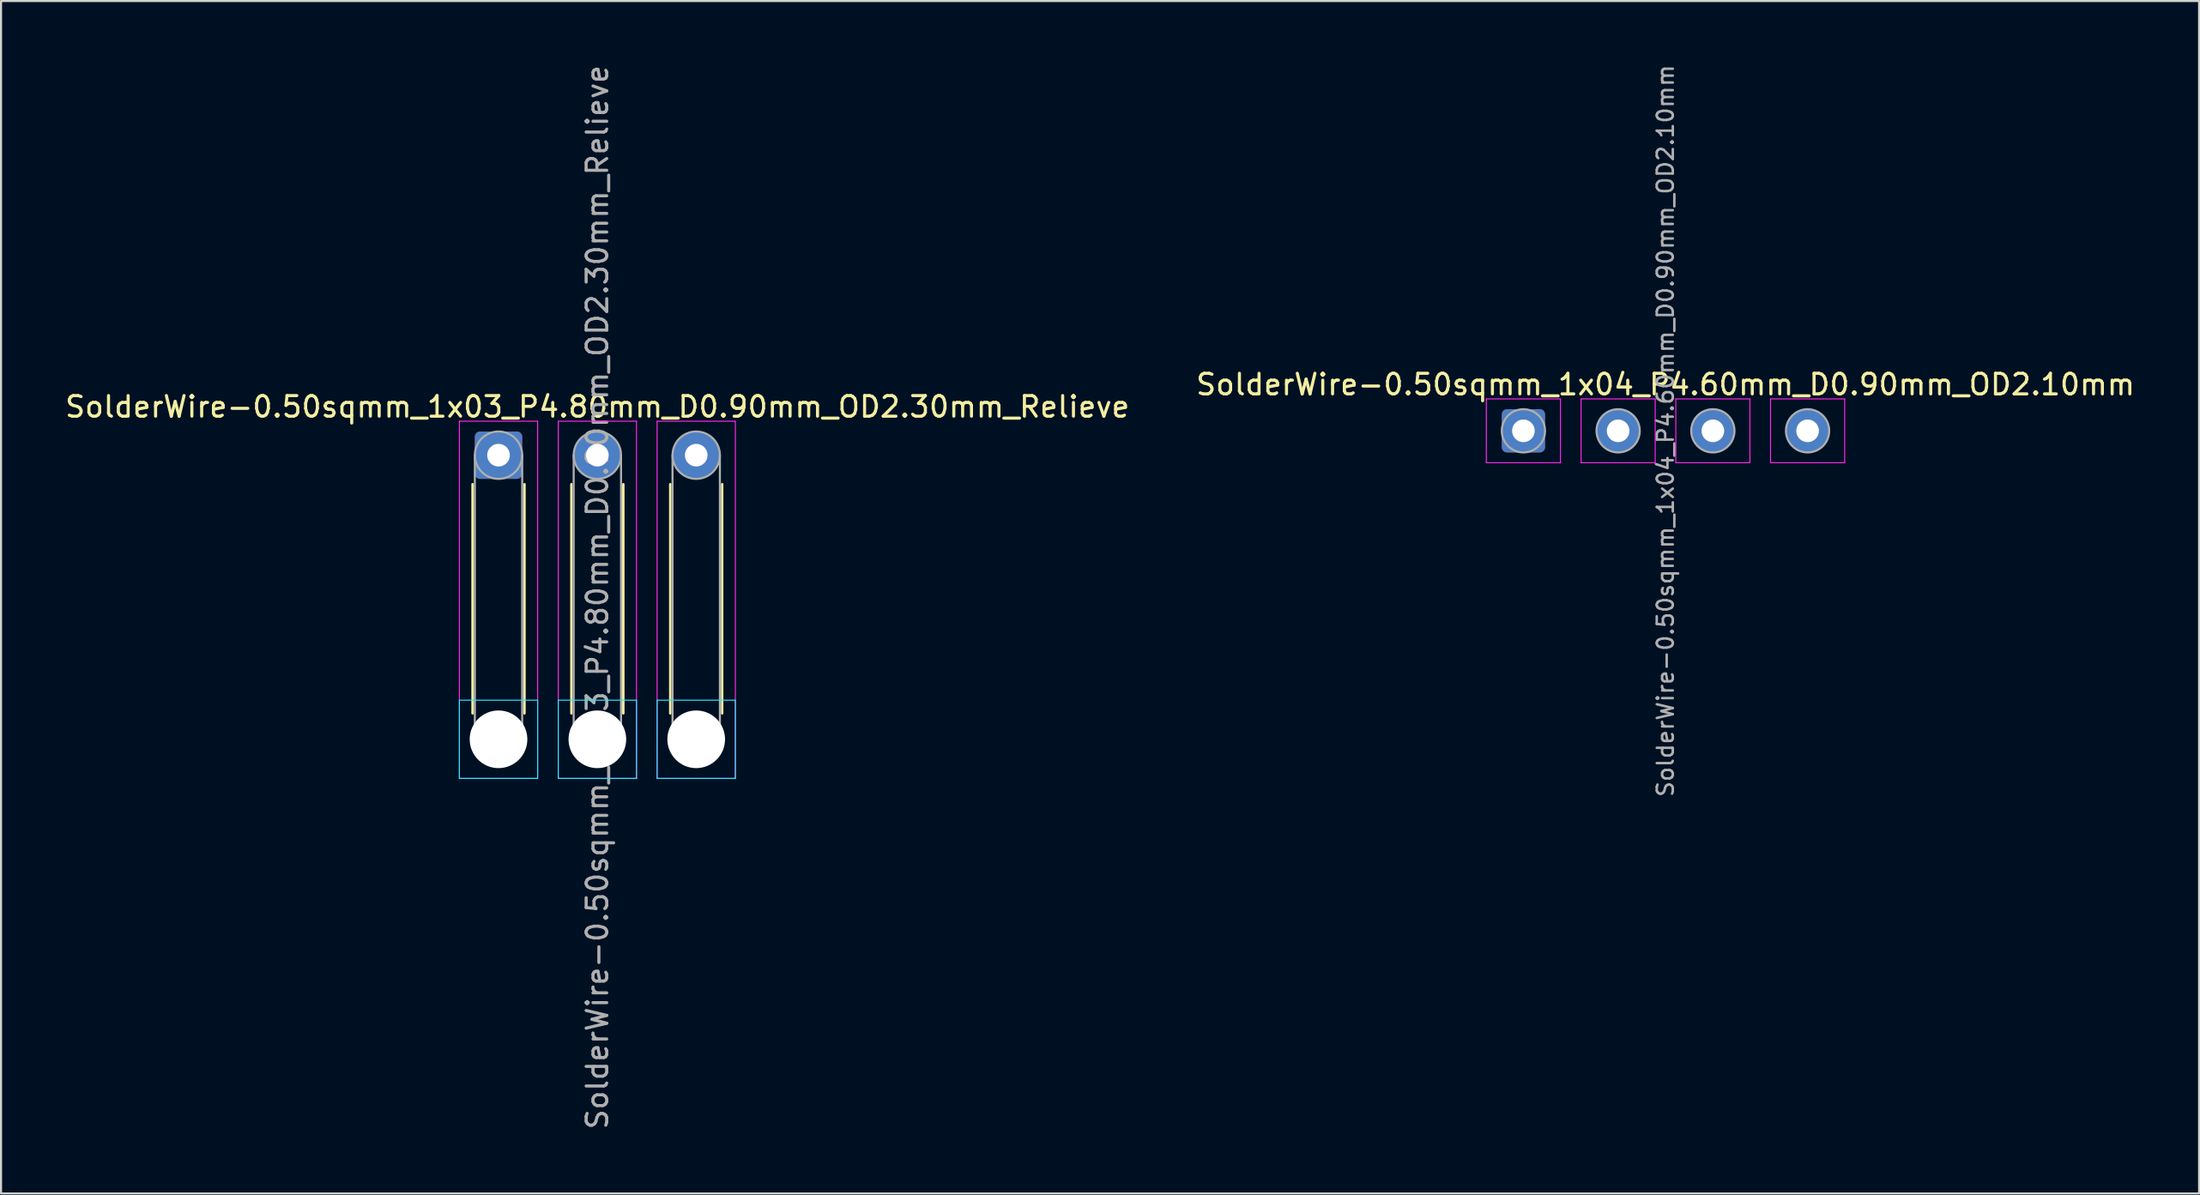
<source format=kicad_pcb>
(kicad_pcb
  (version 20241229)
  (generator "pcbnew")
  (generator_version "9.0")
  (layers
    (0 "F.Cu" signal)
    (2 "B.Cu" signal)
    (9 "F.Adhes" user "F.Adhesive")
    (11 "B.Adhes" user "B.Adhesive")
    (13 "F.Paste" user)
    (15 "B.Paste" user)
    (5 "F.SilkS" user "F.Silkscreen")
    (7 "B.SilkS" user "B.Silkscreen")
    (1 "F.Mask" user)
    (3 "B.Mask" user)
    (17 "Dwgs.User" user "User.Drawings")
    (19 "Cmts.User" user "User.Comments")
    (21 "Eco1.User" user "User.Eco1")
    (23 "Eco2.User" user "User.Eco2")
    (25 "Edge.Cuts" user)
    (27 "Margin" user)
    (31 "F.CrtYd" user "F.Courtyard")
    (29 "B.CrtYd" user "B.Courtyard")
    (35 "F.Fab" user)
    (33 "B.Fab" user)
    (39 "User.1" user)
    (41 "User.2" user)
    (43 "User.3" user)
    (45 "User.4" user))
  (footprint "SolderWire-0.50sqmm_1x03_P4.80mm_D0.90mm_OD2.30mm_Relieve"
    (layer "F.Cu")
    (at 21.158 19.058)
    (property "Reference" "SolderWire-0.50sqmm_1x03_P4.80mm_D0.90mm_OD2.30mm_Relieve" (at 4.8 -2.35 0) (layer "F.SilkS") (effects (font (size 1 1) (thickness 0.15))))
    (attr exclude_from_pos_files exclude_from_bom)
    (fp_line (start -1.26 1.41) (end -1.26 12.54) (stroke (width 0.12) (type solid)) (layer "F.SilkS"))
    (fp_line (start 1.26 1.41) (end 1.26 12.54) (stroke (width 0.12) (type solid)) (layer "F.SilkS"))
    (fp_line (start 3.54 1.41) (end 3.54 12.54) (stroke (width 0.12) (type solid)) (layer "F.SilkS"))
    (fp_line (start 6.06 1.41) (end 6.06 12.54) (stroke (width 0.12) (type solid)) (layer "F.SilkS"))
    (fp_line (start 8.34 1.41) (end 8.34 12.54) (stroke (width 0.12) (type solid)) (layer "F.SilkS"))
    (fp_line (start 10.86 1.41) (end 10.86 12.54) (stroke (width 0.12) (type solid)) (layer "F.SilkS"))
    (fp_line (start -1.9 11.9) (end -1.9 15.7) (stroke (width 0.05) (type solid)) (layer "B.CrtYd"))
    (fp_line (start -1.9 15.7) (end 1.9 15.7) (stroke (width 0.05) (type solid)) (layer "B.CrtYd"))
    (fp_line (start 1.9 11.9) (end -1.9 11.9) (stroke (width 0.05) (type solid)) (layer "B.CrtYd"))
    (fp_line (start 1.9 15.7) (end 1.9 11.9) (stroke (width 0.05) (type solid)) (layer "B.CrtYd"))
    (fp_line (start 2.9 11.9) (end 2.9 15.7) (stroke (width 0.05) (type solid)) (layer "B.CrtYd"))
    (fp_line (start 2.9 15.7) (end 6.7 15.7) (stroke (width 0.05) (type solid)) (layer "B.CrtYd"))
    (fp_line (start 6.7 11.9) (end 2.9 11.9) (stroke (width 0.05) (type solid)) (layer "B.CrtYd"))
    (fp_line (start 6.7 15.7) (end 6.7 11.9) (stroke (width 0.05) (type solid)) (layer "B.CrtYd"))
    (fp_line (start 7.7 11.9) (end 7.7 15.7) (stroke (width 0.05) (type solid)) (layer "B.CrtYd"))
    (fp_line (start 7.7 15.7) (end 11.5 15.7) (stroke (width 0.05) (type solid)) (layer "B.CrtYd"))
    (fp_line (start 11.5 11.9) (end 7.7 11.9) (stroke (width 0.05) (type solid)) (layer "B.CrtYd"))
    (fp_line (start 11.5 15.7) (end 11.5 11.9) (stroke (width 0.05) (type solid)) (layer "B.CrtYd"))
    (fp_line (start -1.9 -1.65) (end -1.9 15.7) (stroke (width 0.05) (type solid)) (layer "F.CrtYd"))
    (fp_line (start -1.9 15.7) (end 1.9 15.7) (stroke (width 0.05) (type solid)) (layer "F.CrtYd"))
    (fp_line (start 1.9 -1.65) (end -1.9 -1.65) (stroke (width 0.05) (type solid)) (layer "F.CrtYd"))
    (fp_line (start 1.9 15.7) (end 1.9 -1.65) (stroke (width 0.05) (type solid)) (layer "F.CrtYd"))
    (fp_line (start 2.9 -1.65) (end 2.9 15.7) (stroke (width 0.05) (type solid)) (layer "F.CrtYd"))
    (fp_line (start 2.9 15.7) (end 6.7 15.7) (stroke (width 0.05) (type solid)) (layer "F.CrtYd"))
    (fp_line (start 6.7 -1.65) (end 2.9 -1.65) (stroke (width 0.05) (type solid)) (layer "F.CrtYd"))
    (fp_line (start 6.7 15.7) (end 6.7 -1.65) (stroke (width 0.05) (type solid)) (layer "F.CrtYd"))
    (fp_line (start 7.7 -1.65) (end 7.7 15.7) (stroke (width 0.05) (type solid)) (layer "F.CrtYd"))
    (fp_line (start 7.7 15.7) (end 11.5 15.7) (stroke (width 0.05) (type solid)) (layer "F.CrtYd"))
    (fp_line (start 11.5 -1.65) (end 7.7 -1.65) (stroke (width 0.05) (type solid)) (layer "F.CrtYd"))
    (fp_line (start 11.5 15.7) (end 11.5 -1.65) (stroke (width 0.05) (type solid)) (layer "F.CrtYd"))
    (fp_line (start -1.15 0) (end -1.15 13.8) (stroke (width 0.1) (type solid)) (layer "F.Fab"))
    (fp_line (start 1.15 0) (end 1.15 13.8) (stroke (width 0.1) (type solid)) (layer "F.Fab"))
    (fp_line (start 3.65 0) (end 3.65 13.8) (stroke (width 0.1) (type solid)) (layer "F.Fab"))
    (fp_line (start 5.95 0) (end 5.95 13.8) (stroke (width 0.1) (type solid)) (layer "F.Fab"))
    (fp_line (start 8.45 0) (end 8.45 13.8) (stroke (width 0.1) (type solid)) (layer "F.Fab"))
    (fp_line (start 10.75 0) (end 10.75 13.8) (stroke (width 0.1) (type solid)) (layer "F.Fab"))
    (fp_circle (center 0 0) (end 1.15 0) (stroke (width 0.1) (type solid)) (fill no) (layer "F.Fab"))
    (fp_circle (center 0 13.8) (end 1.15 13.8) (stroke (width 0.1) (type solid)) (fill no) (layer "F.Fab"))
    (fp_circle (center 4.8 0) (end 5.95 0) (stroke (width 0.1) (type solid)) (fill no) (layer "F.Fab"))
    (fp_circle (center 4.8 13.8) (end 5.95 13.8) (stroke (width 0.1) (type solid)) (fill no) (layer "F.Fab"))
    (fp_circle (center 9.6 0) (end 10.75 0) (stroke (width 0.1) (type solid)) (fill no) (layer "F.Fab"))
    (fp_circle (center 9.6 13.8) (end 10.75 13.8) (stroke (width 0.1) (type solid)) (fill no) (layer "F.Fab"))
    (fp_text user "${REFERENCE}" (at 4.8 6.9 90) (layer "F.Fab") (effects (font (size 1 1) (thickness 0.15))))
    (pad "" np_thru_hole circle (at 0 13.8) (size 2.8 2.8) (drill 2.8) (layers "*.Cu" "*.Mask"))
    (pad "" np_thru_hole circle (at 4.8 13.8) (size 2.8 2.8) (drill 2.8) (layers "*.Cu" "*.Mask"))
    (pad "" np_thru_hole circle (at 9.6 13.8) (size 2.8 2.8) (drill 2.8) (layers "*.Cu" "*.Mask"))
    (pad "1" thru_hole roundrect (at 0 0) (size 2.3 2.3) (drill 1.1) (layers "*.Cu" "*.Mask") (roundrect_rratio 0.109))
    (pad "2" thru_hole circle (at 4.8 0) (size 2.3 2.3) (drill 1.1) (layers "*.Cu" "*.Mask"))
    (pad "3" thru_hole circle (at 9.6 0) (size 2.3 2.3) (drill 1.1) (layers "*.Cu" "*.Mask")))
  (footprint "SolderWire-0.50sqmm_1x04_P4.60mm_D0.90mm_OD2.10mm"
    (layer "F.Cu")
    (at 70.927 17.875)
    (property "Reference" "SolderWire-0.50sqmm_1x04_P4.60mm_D0.90mm_OD2.10mm" (at 6.9 -2.25 0) (layer "F.SilkS") (effects (font (size 1 1) (thickness 0.15))))
    (attr exclude_from_pos_files exclude_from_bom)
    (fp_line (start -1.8 -1.55) (end -1.8 1.55) (stroke (width 0.05) (type solid)) (layer "F.CrtYd"))
    (fp_line (start -1.8 1.55) (end 1.8 1.55) (stroke (width 0.05) (type solid)) (layer "F.CrtYd"))
    (fp_line (start 1.8 -1.55) (end -1.8 -1.55) (stroke (width 0.05) (type solid)) (layer "F.CrtYd"))
    (fp_line (start 1.8 1.55) (end 1.8 -1.55) (stroke (width 0.05) (type solid)) (layer "F.CrtYd"))
    (fp_line (start 2.8 -1.55) (end 2.8 1.55) (stroke (width 0.05) (type solid)) (layer "F.CrtYd"))
    (fp_line (start 2.8 1.55) (end 6.4 1.55) (stroke (width 0.05) (type solid)) (layer "F.CrtYd"))
    (fp_line (start 6.4 -1.55) (end 2.8 -1.55) (stroke (width 0.05) (type solid)) (layer "F.CrtYd"))
    (fp_line (start 6.4 1.55) (end 6.4 -1.55) (stroke (width 0.05) (type solid)) (layer "F.CrtYd"))
    (fp_line (start 7.4 -1.55) (end 7.4 1.55) (stroke (width 0.05) (type solid)) (layer "F.CrtYd"))
    (fp_line (start 7.4 1.55) (end 11 1.55) (stroke (width 0.05) (type solid)) (layer "F.CrtYd"))
    (fp_line (start 11 -1.55) (end 7.4 -1.55) (stroke (width 0.05) (type solid)) (layer "F.CrtYd"))
    (fp_line (start 11 1.55) (end 11 -1.55) (stroke (width 0.05) (type solid)) (layer "F.CrtYd"))
    (fp_line (start 12 -1.55) (end 12 1.55) (stroke (width 0.05) (type solid)) (layer "F.CrtYd"))
    (fp_line (start 12 1.55) (end 15.6 1.55) (stroke (width 0.05) (type solid)) (layer "F.CrtYd"))
    (fp_line (start 15.6 -1.55) (end 12 -1.55) (stroke (width 0.05) (type solid)) (layer "F.CrtYd"))
    (fp_line (start 15.6 1.55) (end 15.6 -1.55) (stroke (width 0.05) (type solid)) (layer "F.CrtYd"))
    (fp_circle (center 0 0) (end 1.05 0) (stroke (width 0.1) (type solid)) (fill no) (layer "F.Fab"))
    (fp_circle (center 4.6 0) (end 5.65 0) (stroke (width 0.1) (type solid)) (fill no) (layer "F.Fab"))
    (fp_circle (center 9.2 0) (end 10.25 0) (stroke (width 0.1) (type solid)) (fill no) (layer "F.Fab"))
    (fp_circle (center 13.8 0) (end 14.85 0) (stroke (width 0.1) (type solid)) (fill no) (layer "F.Fab"))
    (fp_text user "${REFERENCE}" (at 6.9 0 90) (layer "F.Fab") (effects (font (size 0.78 0.78) (thickness 0.12))))
    (pad "1" thru_hole roundrect (at 0 0) (size 2.1 2.1) (drill 1.1) (layers "*.Cu" "*.Mask") (roundrect_rratio 0.119))
    (pad "2" thru_hole circle (at 4.6 0) (size 2.1 2.1) (drill 1.1) (layers "*.Cu" "*.Mask"))
    (pad "3" thru_hole circle (at 9.2 0) (size 2.1 2.1) (drill 1.1) (layers "*.Cu" "*.Mask"))
    (pad "4" thru_hole circle (at 13.8 0) (size 2.1 2.1) (drill 1.1) (layers "*.Cu" "*.Mask")))
  (gr_rect
    (start -3 -3)
    (end 103.738 54.917)
    (stroke (width 0.1) (type default))
    (fill no)
    (layer "Edge.Cuts")))
</source>
